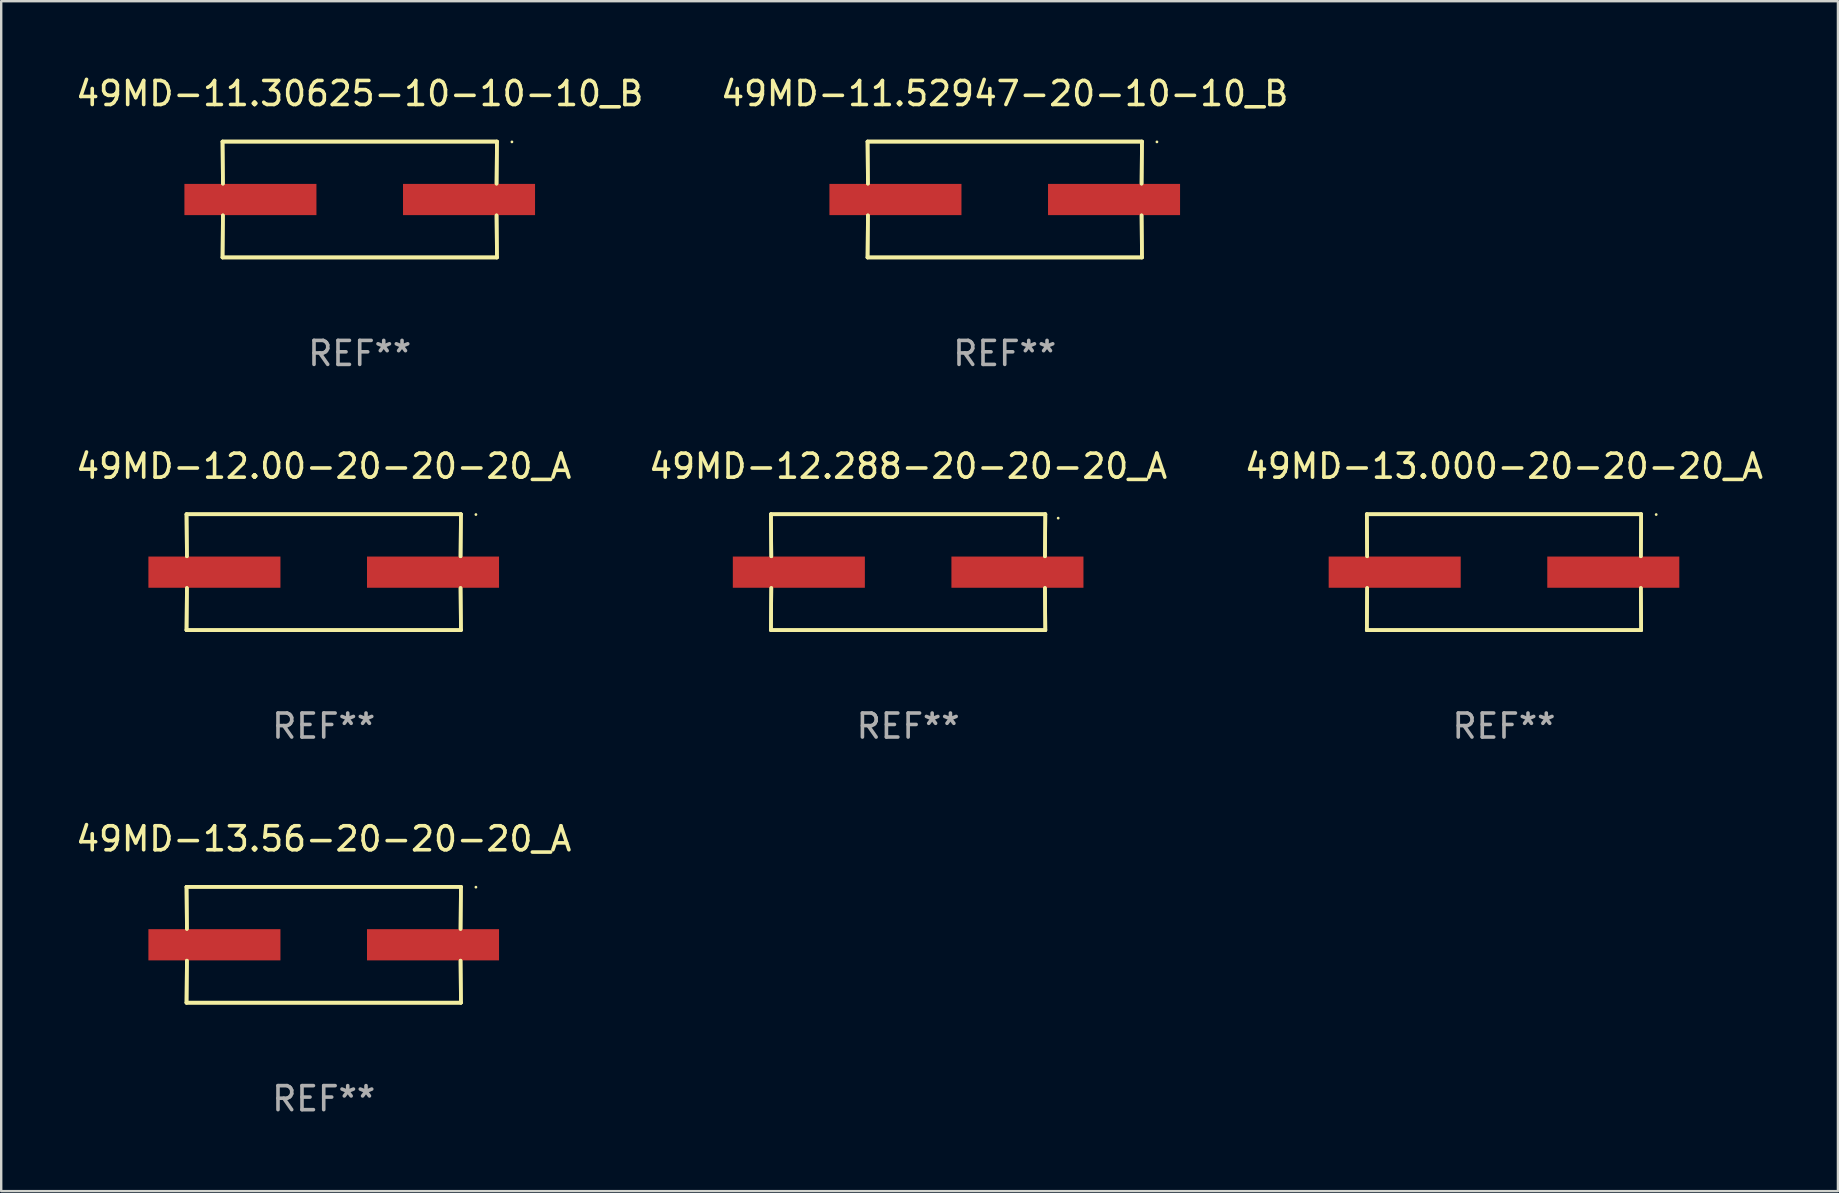
<source format=kicad_pcb>
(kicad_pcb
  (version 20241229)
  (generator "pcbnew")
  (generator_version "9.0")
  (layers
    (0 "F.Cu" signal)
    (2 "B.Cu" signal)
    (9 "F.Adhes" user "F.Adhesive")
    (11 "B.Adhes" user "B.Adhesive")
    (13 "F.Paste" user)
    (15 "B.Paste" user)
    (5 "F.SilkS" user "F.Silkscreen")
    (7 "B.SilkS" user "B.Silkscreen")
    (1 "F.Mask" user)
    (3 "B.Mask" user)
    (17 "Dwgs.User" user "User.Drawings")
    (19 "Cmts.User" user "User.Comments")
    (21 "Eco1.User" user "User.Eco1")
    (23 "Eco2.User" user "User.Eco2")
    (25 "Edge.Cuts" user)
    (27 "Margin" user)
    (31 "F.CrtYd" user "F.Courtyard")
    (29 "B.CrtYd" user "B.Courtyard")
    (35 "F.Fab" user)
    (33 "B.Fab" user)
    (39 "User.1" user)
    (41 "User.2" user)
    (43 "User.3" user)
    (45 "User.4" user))
  (footprint "49MD-13.000-20-20-20_A"
    (layer "F.Cu")
    (at 59.601 20.784)
    (property "Reference" "49MD-13.000-20-20-20_A" (at 0 -4.413 0) (layer "F.SilkS") (effects (font (size 1 1) (thickness 0.15))))
    (attr through_hole)
    (fp_line (start -5.715 -2.413) (end -5.7 -0.662) (stroke (width 0.152) (type solid)) (layer "F.SilkS"))
    (fp_line (start -5.715 -2.413) (end -5.7 -0.662) (stroke (width 0.152) (type solid)) (layer "F.SilkS"))
    (fp_line (start -5.715 2.413) (end 5.715 2.413) (stroke (width 0.152) (type solid)) (layer "F.SilkS"))
    (fp_line (start -5.715 2.413) (end 5.715 2.413) (stroke (width 0.152) (type solid)) (layer "F.SilkS"))
    (fp_line (start -5.7 0.662) (end -5.715 2.413) (stroke (width 0.152) (type solid)) (layer "F.SilkS"))
    (fp_line (start -5.7 0.662) (end -5.715 2.413) (stroke (width 0.152) (type solid)) (layer "F.SilkS"))
    (fp_line (start 5.7 -0.662) (end 5.715 -2.413) (stroke (width 0.152) (type solid)) (layer "F.SilkS"))
    (fp_line (start 5.7 -0.662) (end 5.715 -2.413) (stroke (width 0.152) (type solid)) (layer "F.SilkS"))
    (fp_line (start 5.715 -2.413) (end -5.715 -2.413) (stroke (width 0.152) (type solid)) (layer "F.SilkS"))
    (fp_line (start 5.715 -2.413) (end -5.715 -2.413) (stroke (width 0.152) (type solid)) (layer "F.SilkS"))
    (fp_line (start 5.715 2.413) (end 5.7 0.662) (stroke (width 0.152) (type solid)) (layer "F.SilkS"))
    (fp_line (start 5.715 2.413) (end 5.7 0.662) (stroke (width 0.152) (type solid)) (layer "F.SilkS"))
    (fp_circle (center 6.34 -2.4) (end 6.37 -2.4) (stroke (width 0.06) (type solid)) (fill no) (layer "F.SilkS"))
    (fp_text user "REF**" (at 0 6.413 0) (layer "F.Fab") (effects (font (size 1 1) (thickness 0.15))))
    (pad "1" smd rect (at 4.553 0) (size 5.5 1.3) (layers "F.Cu" "F.Mask" "F.Paste"))
    (pad "2" smd rect (at -4.553 0) (size 5.5 1.3) (layers "F.Cu" "F.Mask" "F.Paste")))
  (footprint "49MD-11.52947-20-10-10_B"
    (layer "F.Cu")
    (at 38.804 5.261)
    (property "Reference" "49MD-11.52947-20-10-10_B" (at 0 -4.413 0) (layer "F.SilkS") (effects (font (size 1 1) (thickness 0.15))))
    (attr through_hole)
    (fp_line (start -5.715 -2.413) (end -5.7 -0.662) (stroke (width 0.152) (type solid)) (layer "F.SilkS"))
    (fp_line (start -5.715 -2.413) (end -5.7 -0.662) (stroke (width 0.152) (type solid)) (layer "F.SilkS"))
    (fp_line (start -5.715 2.413) (end 5.715 2.413) (stroke (width 0.152) (type solid)) (layer "F.SilkS"))
    (fp_line (start -5.715 2.413) (end 5.715 2.413) (stroke (width 0.152) (type solid)) (layer "F.SilkS"))
    (fp_line (start -5.7 0.662) (end -5.715 2.413) (stroke (width 0.152) (type solid)) (layer "F.SilkS"))
    (fp_line (start -5.7 0.662) (end -5.715 2.413) (stroke (width 0.152) (type solid)) (layer "F.SilkS"))
    (fp_line (start 5.7 -0.662) (end 5.715 -2.413) (stroke (width 0.152) (type solid)) (layer "F.SilkS"))
    (fp_line (start 5.7 -0.662) (end 5.715 -2.413) (stroke (width 0.152) (type solid)) (layer "F.SilkS"))
    (fp_line (start 5.715 -2.413) (end -5.715 -2.413) (stroke (width 0.152) (type solid)) (layer "F.SilkS"))
    (fp_line (start 5.715 -2.413) (end -5.715 -2.413) (stroke (width 0.152) (type solid)) (layer "F.SilkS"))
    (fp_line (start 5.715 2.413) (end 5.7 0.662) (stroke (width 0.152) (type solid)) (layer "F.SilkS"))
    (fp_line (start 5.715 2.413) (end 5.7 0.662) (stroke (width 0.152) (type solid)) (layer "F.SilkS"))
    (fp_circle (center 6.34 -2.4) (end 6.37 -2.4) (stroke (width 0.06) (type solid)) (fill no) (layer "F.SilkS"))
    (fp_text user "REF**" (at 0 6.413 0) (layer "F.Fab") (effects (font (size 1 1) (thickness 0.15))))
    (pad "1" smd rect (at 4.553 0) (size 5.5 1.3) (layers "F.Cu" "F.Mask" "F.Paste"))
    (pad "2" smd rect (at -4.553 0) (size 5.5 1.3) (layers "F.Cu" "F.Mask" "F.Paste")))
  (footprint "49MD-12.288-20-20-20_A"
    (layer "F.Cu")
    (at 34.78 20.784)
    (property "Reference" "49MD-12.288-20-20-20_A" (at 0 -4.413 0) (layer "F.SilkS") (effects (font (size 1 1) (thickness 0.15))))
    (attr through_hole)
    (fp_line (start -5.715 -2.413) (end -5.7 -0.662) (stroke (width 0.152) (type solid)) (layer "F.SilkS"))
    (fp_line (start -5.715 -2.413) (end -5.7 -0.662) (stroke (width 0.152) (type solid)) (layer "F.SilkS"))
    (fp_line (start -5.715 2.413) (end 5.715 2.413) (stroke (width 0.152) (type solid)) (layer "F.SilkS"))
    (fp_line (start -5.715 2.413) (end 5.715 2.413) (stroke (width 0.152) (type solid)) (layer "F.SilkS"))
    (fp_line (start -5.7 0.662) (end -5.715 2.413) (stroke (width 0.152) (type solid)) (layer "F.SilkS"))
    (fp_line (start -5.7 0.662) (end -5.715 2.413) (stroke (width 0.152) (type solid)) (layer "F.SilkS"))
    (fp_line (start 5.7 -0.662) (end 5.715 -2.413) (stroke (width 0.152) (type solid)) (layer "F.SilkS"))
    (fp_line (start 5.7 -0.662) (end 5.715 -2.413) (stroke (width 0.152) (type solid)) (layer "F.SilkS"))
    (fp_line (start 5.715 -2.413) (end -5.715 -2.413) (stroke (width 0.152) (type solid)) (layer "F.SilkS"))
    (fp_line (start 5.715 -2.413) (end -5.715 -2.413) (stroke (width 0.152) (type solid)) (layer "F.SilkS"))
    (fp_line (start 5.715 2.413) (end 5.7 0.662) (stroke (width 0.152) (type solid)) (layer "F.SilkS"))
    (fp_line (start 5.715 2.413) (end 5.7 0.662) (stroke (width 0.152) (type solid)) (layer "F.SilkS"))
    (fp_circle (center 6.25 -2.25) (end 6.28 -2.25) (stroke (width 0.06) (type solid)) (fill no) (layer "F.SilkS"))
    (fp_text user "REF**" (at 0 6.413 0) (layer "F.Fab") (effects (font (size 1 1) (thickness 0.15))))
    (pad "1" smd rect (at 4.553 0.000127) (size 5.5 1.3) (layers "F.Cu" "F.Mask" "F.Paste"))
    (pad "2" smd rect (at -4.553 0.000127) (size 5.5 1.3) (layers "F.Cu" "F.Mask" "F.Paste")))
  (footprint "49MD-12.00-20-20-20_A"
    (layer "F.Cu")
    (at 10.435 20.784)
    (property "Reference" "49MD-12.00-20-20-20_A" (at 0 -4.413 0) (layer "F.SilkS") (effects (font (size 1 1) (thickness 0.15))))
    (attr through_hole)
    (fp_line (start -5.715 -2.413) (end -5.7 -0.662) (stroke (width 0.152) (type solid)) (layer "F.SilkS"))
    (fp_line (start -5.715 -2.413) (end -5.7 -0.662) (stroke (width 0.152) (type solid)) (layer "F.SilkS"))
    (fp_line (start -5.715 2.413) (end 5.715 2.413) (stroke (width 0.152) (type solid)) (layer "F.SilkS"))
    (fp_line (start -5.715 2.413) (end 5.715 2.413) (stroke (width 0.152) (type solid)) (layer "F.SilkS"))
    (fp_line (start -5.7 0.662) (end -5.715 2.413) (stroke (width 0.152) (type solid)) (layer "F.SilkS"))
    (fp_line (start -5.7 0.662) (end -5.715 2.413) (stroke (width 0.152) (type solid)) (layer "F.SilkS"))
    (fp_line (start 5.7 -0.662) (end 5.715 -2.413) (stroke (width 0.152) (type solid)) (layer "F.SilkS"))
    (fp_line (start 5.7 -0.662) (end 5.715 -2.413) (stroke (width 0.152) (type solid)) (layer "F.SilkS"))
    (fp_line (start 5.715 -2.413) (end -5.715 -2.413) (stroke (width 0.152) (type solid)) (layer "F.SilkS"))
    (fp_line (start 5.715 -2.413) (end -5.715 -2.413) (stroke (width 0.152) (type solid)) (layer "F.SilkS"))
    (fp_line (start 5.715 2.413) (end 5.7 0.662) (stroke (width 0.152) (type solid)) (layer "F.SilkS"))
    (fp_line (start 5.715 2.413) (end 5.7 0.662) (stroke (width 0.152) (type solid)) (layer "F.SilkS"))
    (fp_circle (center 6.34 -2.4) (end 6.37 -2.4) (stroke (width 0.06) (type solid)) (fill no) (layer "F.SilkS"))
    (fp_text user "REF**" (at 0 6.413 0) (layer "F.Fab") (effects (font (size 1 1) (thickness 0.15))))
    (pad "1" smd rect (at 4.553 0) (size 5.5 1.3) (layers "F.Cu" "F.Mask" "F.Paste"))
    (pad "2" smd rect (at -4.553 0) (size 5.5 1.3) (layers "F.Cu" "F.Mask" "F.Paste")))
  (footprint "49MD-13.56-20-20-20_A"
    (layer "F.Cu")
    (at 10.435 36.306)
    (property "Reference" "49MD-13.56-20-20-20_A" (at 0 -4.413 0) (layer "F.SilkS") (effects (font (size 1 1) (thickness 0.15))))
    (attr through_hole)
    (fp_line (start -5.715 -2.413) (end -5.7 -0.662) (stroke (width 0.152) (type solid)) (layer "F.SilkS"))
    (fp_line (start -5.715 -2.413) (end -5.7 -0.662) (stroke (width 0.152) (type solid)) (layer "F.SilkS"))
    (fp_line (start -5.715 2.413) (end 5.715 2.413) (stroke (width 0.152) (type solid)) (layer "F.SilkS"))
    (fp_line (start -5.715 2.413) (end 5.715 2.413) (stroke (width 0.152) (type solid)) (layer "F.SilkS"))
    (fp_line (start -5.7 0.662) (end -5.715 2.413) (stroke (width 0.152) (type solid)) (layer "F.SilkS"))
    (fp_line (start -5.7 0.662) (end -5.715 2.413) (stroke (width 0.152) (type solid)) (layer "F.SilkS"))
    (fp_line (start 5.7 -0.662) (end 5.715 -2.413) (stroke (width 0.152) (type solid)) (layer "F.SilkS"))
    (fp_line (start 5.7 -0.662) (end 5.715 -2.413) (stroke (width 0.152) (type solid)) (layer "F.SilkS"))
    (fp_line (start 5.715 -2.413) (end -5.715 -2.413) (stroke (width 0.152) (type solid)) (layer "F.SilkS"))
    (fp_line (start 5.715 -2.413) (end -5.715 -2.413) (stroke (width 0.152) (type solid)) (layer "F.SilkS"))
    (fp_line (start 5.715 2.413) (end 5.7 0.662) (stroke (width 0.152) (type solid)) (layer "F.SilkS"))
    (fp_line (start 5.715 2.413) (end 5.7 0.662) (stroke (width 0.152) (type solid)) (layer "F.SilkS"))
    (fp_circle (center 6.34 -2.4) (end 6.37 -2.4) (stroke (width 0.06) (type solid)) (fill no) (layer "F.SilkS"))
    (fp_text user "REF**" (at 0 6.413 0) (layer "F.Fab") (effects (font (size 1 1) (thickness 0.15))))
    (pad "1" smd rect (at 4.553 0) (size 5.5 1.3) (layers "F.Cu" "F.Mask" "F.Paste"))
    (pad "2" smd rect (at -4.553 0) (size 5.5 1.3) (layers "F.Cu" "F.Mask" "F.Paste")))
  (footprint "49MD-11.30625-10-10-10_B"
    (layer "F.Cu")
    (at 11.935 5.261)
    (property "Reference" "49MD-11.30625-10-10-10_B" (at 0 -4.413 0) (layer "F.SilkS") (effects (font (size 1 1) (thickness 0.15))))
    (attr through_hole)
    (fp_line (start -5.715 -2.413) (end -5.7 -0.662) (stroke (width 0.152) (type solid)) (layer "F.SilkS"))
    (fp_line (start -5.715 -2.413) (end -5.7 -0.662) (stroke (width 0.152) (type solid)) (layer "F.SilkS"))
    (fp_line (start -5.715 2.413) (end 5.715 2.413) (stroke (width 0.152) (type solid)) (layer "F.SilkS"))
    (fp_line (start -5.715 2.413) (end 5.715 2.413) (stroke (width 0.152) (type solid)) (layer "F.SilkS"))
    (fp_line (start -5.7 0.662) (end -5.715 2.413) (stroke (width 0.152) (type solid)) (layer "F.SilkS"))
    (fp_line (start -5.7 0.662) (end -5.715 2.413) (stroke (width 0.152) (type solid)) (layer "F.SilkS"))
    (fp_line (start 5.7 -0.662) (end 5.715 -2.413) (stroke (width 0.152) (type solid)) (layer "F.SilkS"))
    (fp_line (start 5.7 -0.662) (end 5.715 -2.413) (stroke (width 0.152) (type solid)) (layer "F.SilkS"))
    (fp_line (start 5.715 -2.413) (end -5.715 -2.413) (stroke (width 0.152) (type solid)) (layer "F.SilkS"))
    (fp_line (start 5.715 -2.413) (end -5.715 -2.413) (stroke (width 0.152) (type solid)) (layer "F.SilkS"))
    (fp_line (start 5.715 2.413) (end 5.7 0.662) (stroke (width 0.152) (type solid)) (layer "F.SilkS"))
    (fp_line (start 5.715 2.413) (end 5.7 0.662) (stroke (width 0.152) (type solid)) (layer "F.SilkS"))
    (fp_circle (center 6.34 -2.4) (end 6.37 -2.4) (stroke (width 0.06) (type solid)) (fill no) (layer "F.SilkS"))
    (fp_text user "REF**" (at 0 6.413 0) (layer "F.Fab") (effects (font (size 1 1) (thickness 0.15))))
    (pad "1" smd rect (at 4.553 0) (size 5.5 1.3) (layers "F.Cu" "F.Mask" "F.Paste"))
    (pad "2" smd rect (at -4.553 0) (size 5.5 1.3) (layers "F.Cu" "F.Mask" "F.Paste")))
  (gr_rect
    (start -3 -3)
    (end 73.512 46.568)
    (stroke (width 0.1) (type default))
    (fill no)
    (layer "Edge.Cuts")))
</source>
